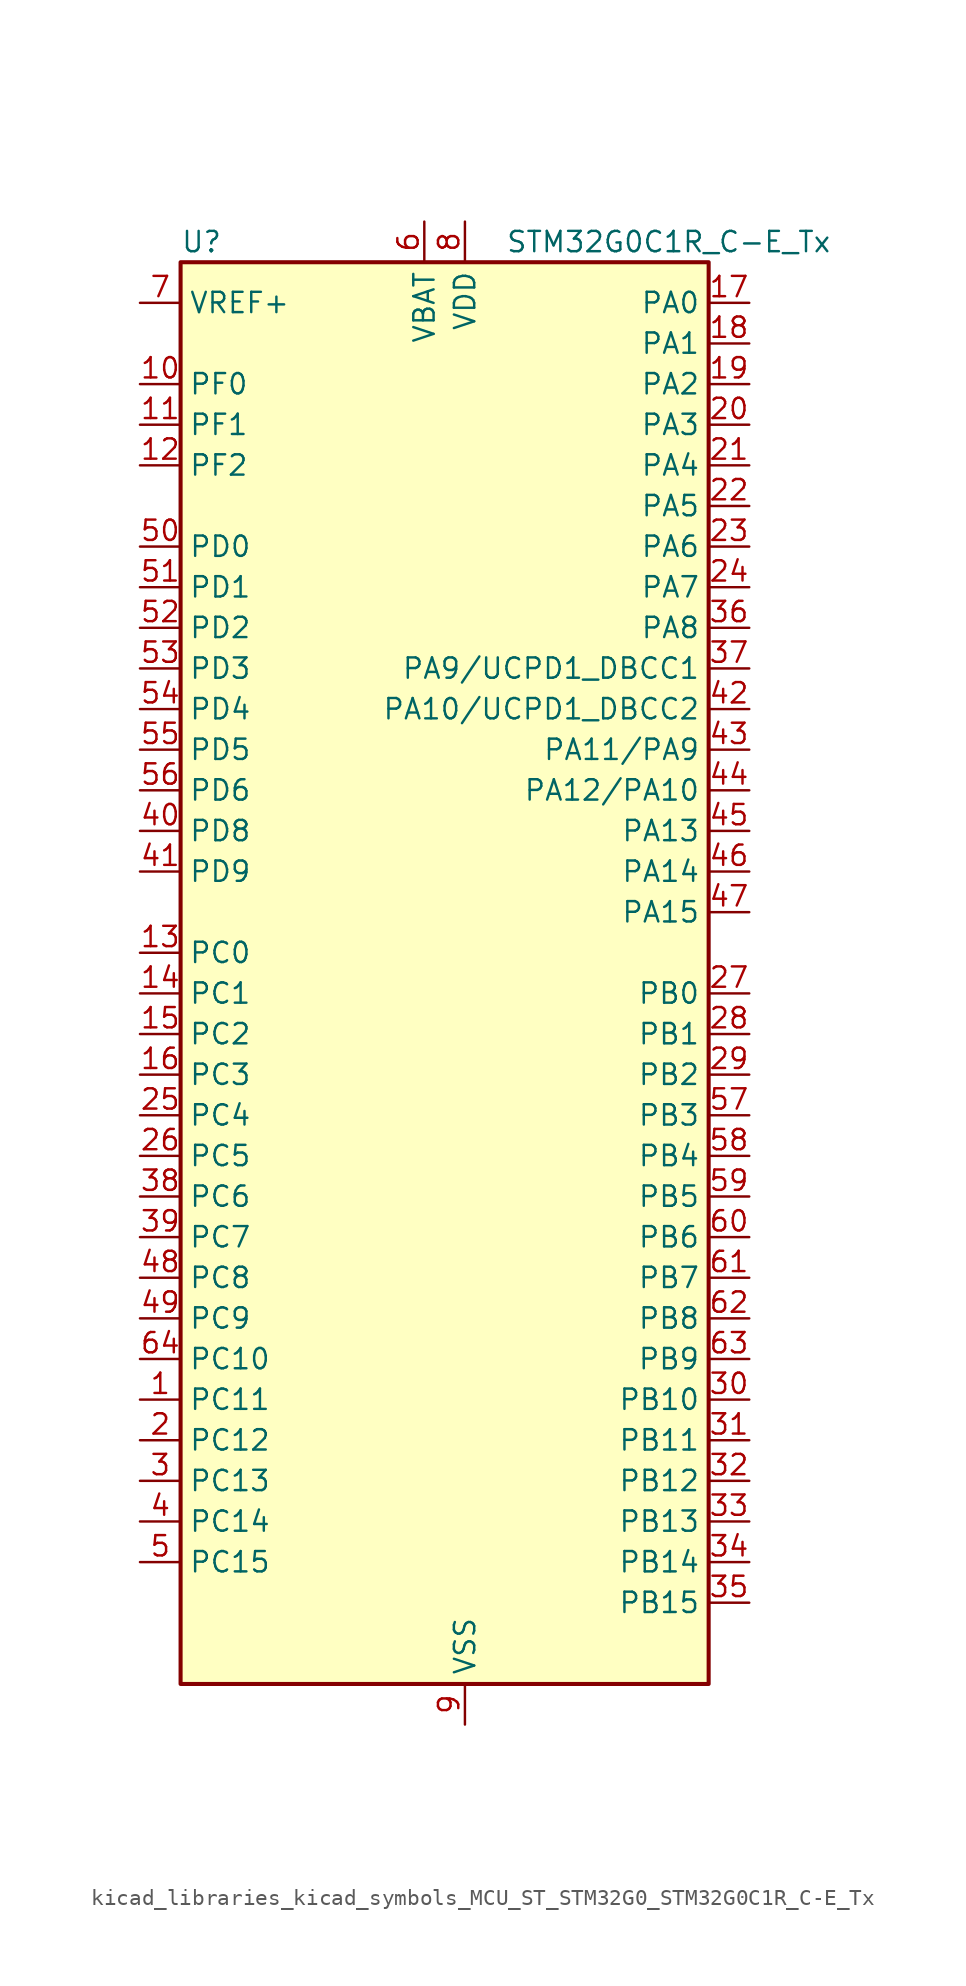
<source format=kicad_sym>
(kicad_symbol_lib
  (version 20220914)
  (generator kicad_symbol_editor)
  (symbol "kicad_libraries_kicad_symbols_MCU_ST_STM32G0_STM32G0C1R_C-E_Tx"
    (property "Reference" "U"
      (at -15.24 46.99 0)
      (effects (font (size 1.27 1.27)) (justify left)))
    (property "Value" "STM32G0C1R_C-E_Tx"
      (at 5.08 46.99 0)
      (effects (font (size 1.27 1.27)) (justify left)))
    (property "ki_locked" ""
      (at 0 0 0)
      (effects (font (size 1.27 1.27))))
    (symbol "kicad_libraries_kicad_symbols_MCU_ST_STM32G0_STM32G0C1R_C-E_Tx_0_1"
      (rectangle (start -15.24 -43.18) (end 17.78 45.72) (stroke (width 0.254) (type default)) (fill (type background))))
    (symbol "kicad_libraries_kicad_symbols_MCU_ST_STM32G0_STM32G0C1R_C-E_Tx_1_1"
      (pin bidirectional line (at -17.78 -25.4 0) (length 2.54) (name "PC11" (effects (font (size 1.27 1.27)))) (number "1" (effects (font (size 1.27 1.27)))) (alternate "ADC1_EXTI11" bidirectional line) (alternate "SPI3_MISO" bidirectional line) (alternate "TIM1_CH4" bidirectional line) (alternate "USART3_RX" bidirectional line) (alternate "USART4_RX" bidirectional line))
      (pin bidirectional line (at -17.78 38.1 0) (length 2.54) (name "PF0" (effects (font (size 1.27 1.27)))) (number "10" (effects (font (size 1.27 1.27)))) (alternate "CRS1_SYNC" bidirectional line) (alternate "RCC_OSC_IN" bidirectional line) (alternate "TIM14_CH1" bidirectional line))
      (pin bidirectional line (at -17.78 35.56 0) (length 2.54) (name "PF1" (effects (font (size 1.27 1.27)))) (number "11" (effects (font (size 1.27 1.27)))) (alternate "RCC_OSC_EN" bidirectional line) (alternate "RCC_OSC_OUT" bidirectional line) (alternate "TIM15_CH1N" bidirectional line))
      (pin bidirectional line (at -17.78 33.02 0) (length 2.54) (name "PF2" (effects (font (size 1.27 1.27)))) (number "12" (effects (font (size 1.27 1.27)))) (alternate "LPUART2_DE" bidirectional line) (alternate "LPUART2_RTS" bidirectional line) (alternate "LPUART2_TX" bidirectional line) (alternate "RCC_MCO" bidirectional line))
      (pin bidirectional line (at -17.78 2.54 0) (length 2.54) (name "PC0" (effects (font (size 1.27 1.27)))) (number "13" (effects (font (size 1.27 1.27)))) (alternate "COMP3_INM" bidirectional line) (alternate "COMP3_OUT" bidirectional line) (alternate "I2C3_SCL" bidirectional line) (alternate "LPTIM1_IN1" bidirectional line) (alternate "LPTIM2_IN1" bidirectional line) (alternate "LPUART1_RX" bidirectional line) (alternate "LPUART2_TX" bidirectional line) (alternate "USART6_TX" bidirectional line))
      (pin bidirectional line (at -17.78 0 0) (length 2.54) (name "PC1" (effects (font (size 1.27 1.27)))) (number "14" (effects (font (size 1.27 1.27)))) (alternate "COMP3_INP" bidirectional line) (alternate "I2C3_SDA" bidirectional line) (alternate "LPTIM1_OUT" bidirectional line) (alternate "LPUART1_TX" bidirectional line) (alternate "LPUART2_RX" bidirectional line) (alternate "TIM15_CH1" bidirectional line) (alternate "USART6_RX" bidirectional line))
      (pin bidirectional line (at -17.78 -2.54 0) (length 2.54) (name "PC2" (effects (font (size 1.27 1.27)))) (number "15" (effects (font (size 1.27 1.27)))) (alternate "COMP3_OUT" bidirectional line) (alternate "FDCAN2_RX" bidirectional line) (alternate "I2S2_MCK" bidirectional line) (alternate "LPTIM1_IN2" bidirectional line) (alternate "SPI2_MISO" bidirectional line) (alternate "TIM15_CH2" bidirectional line))
      (pin bidirectional line (at -17.78 -5.08 0) (length 2.54) (name "PC3" (effects (font (size 1.27 1.27)))) (number "16" (effects (font (size 1.27 1.27)))) (alternate "FDCAN2_TX" bidirectional line) (alternate "I2S2_SD" bidirectional line) (alternate "LPTIM1_ETR" bidirectional line) (alternate "LPTIM2_ETR" bidirectional line) (alternate "SPI2_MOSI" bidirectional line))
      (pin bidirectional line (at 20.32 43.18 180) (length 2.54) (name "PA0" (effects (font (size 1.27 1.27)))) (number "17" (effects (font (size 1.27 1.27)))) (alternate "ADC1_IN0" bidirectional line) (alternate "COMP1_INM" bidirectional line) (alternate "COMP1_OUT" bidirectional line) (alternate "I2S2_CK" bidirectional line) (alternate "LPTIM1_OUT" bidirectional line) (alternate "RTC_TAMP_IN2" bidirectional line) (alternate "SPI2_SCK" bidirectional line) (alternate "SYS_WKUP1" bidirectional line) (alternate "TIM2_CH1" bidirectional line) (alternate "TIM2_ETR" bidirectional line) (alternate "UCPD2_FRSTX1" bidirectional line) (alternate "UCPD2_FRSTX2" bidirectional line) (alternate "USART2_CTS" bidirectional line) (alternate "USART2_NSS" bidirectional line) (alternate "USART4_TX" bidirectional line))
      (pin bidirectional line (at 20.32 40.64 180) (length 2.54) (name "PA1" (effects (font (size 1.27 1.27)))) (number "18" (effects (font (size 1.27 1.27)))) (alternate "ADC1_IN1" bidirectional line) (alternate "COMP1_INP" bidirectional line) (alternate "I2C1_SMBA" bidirectional line) (alternate "I2S1_CK" bidirectional line) (alternate "SPI1_SCK" bidirectional line) (alternate "TIM15_CH1N" bidirectional line) (alternate "TIM2_CH2" bidirectional line) (alternate "USART2_CK" bidirectional line) (alternate "USART2_DE" bidirectional line) (alternate "USART2_RTS" bidirectional line) (alternate "USART4_RX" bidirectional line))
      (pin bidirectional line (at 20.32 38.1 180) (length 2.54) (name "PA2" (effects (font (size 1.27 1.27)))) (number "19" (effects (font (size 1.27 1.27)))) (alternate "ADC1_IN2" bidirectional line) (alternate "COMP2_INM" bidirectional line) (alternate "COMP2_OUT" bidirectional line) (alternate "I2S1_SD" bidirectional line) (alternate "LPUART1_TX" bidirectional line) (alternate "RCC_LSCO" bidirectional line) (alternate "SPI1_MOSI" bidirectional line) (alternate "SYS_WKUP4" bidirectional line) (alternate "TIM15_CH1" bidirectional line) (alternate "TIM2_CH3" bidirectional line) (alternate "UCPD1_FRSTX1" bidirectional line) (alternate "UCPD1_FRSTX2" bidirectional line) (alternate "USART2_TX" bidirectional line))
      (pin bidirectional line (at -17.78 -27.94 0) (length 2.54) (name "PC12" (effects (font (size 1.27 1.27)))) (number "2" (effects (font (size 1.27 1.27)))) (alternate "LPTIM1_IN1" bidirectional line) (alternate "SPI3_MOSI" bidirectional line) (alternate "TIM14_CH1" bidirectional line) (alternate "UCPD1_FRSTX1" bidirectional line) (alternate "UCPD1_FRSTX2" bidirectional line) (alternate "USART5_TX" bidirectional line))
      (pin bidirectional line (at 20.32 35.56 180) (length 2.54) (name "PA3" (effects (font (size 1.27 1.27)))) (number "20" (effects (font (size 1.27 1.27)))) (alternate "ADC1_IN3" bidirectional line) (alternate "COMP2_INP" bidirectional line) (alternate "I2S2_MCK" bidirectional line) (alternate "LPUART1_RX" bidirectional line) (alternate "SPI2_MISO" bidirectional line) (alternate "TIM15_CH2" bidirectional line) (alternate "TIM2_CH4" bidirectional line) (alternate "UCPD2_FRSTX1" bidirectional line) (alternate "UCPD2_FRSTX2" bidirectional line) (alternate "USART2_RX" bidirectional line))
      (pin bidirectional line (at 20.32 33.02 180) (length 2.54) (name "PA4" (effects (font (size 1.27 1.27)))) (number "21" (effects (font (size 1.27 1.27)))) (alternate "ADC1_IN4" bidirectional line) (alternate "DAC1_OUT1" bidirectional line) (alternate "I2S1_WS" bidirectional line) (alternate "I2S2_SD" bidirectional line) (alternate "LPTIM2_OUT" bidirectional line) (alternate "RTC_OUT2" bidirectional line) (alternate "SPI1_NSS" bidirectional line) (alternate "SPI2_MOSI" bidirectional line) (alternate "SPI3_NSS" bidirectional line) (alternate "TIM14_CH1" bidirectional line) (alternate "UCPD2_FRSTX1" bidirectional line) (alternate "UCPD2_FRSTX2" bidirectional line) (alternate "USART6_TX" bidirectional line) (alternate "USB_NOE" bidirectional line))
      (pin bidirectional line (at 20.32 30.48 180) (length 2.54) (name "PA5" (effects (font (size 1.27 1.27)))) (number "22" (effects (font (size 1.27 1.27)))) (alternate "ADC1_IN5" bidirectional line) (alternate "CEC" bidirectional line) (alternate "DAC1_OUT2" bidirectional line) (alternate "I2S1_CK" bidirectional line) (alternate "LPTIM2_ETR" bidirectional line) (alternate "SPI1_SCK" bidirectional line) (alternate "TIM2_CH1" bidirectional line) (alternate "TIM2_ETR" bidirectional line) (alternate "UCPD1_FRSTX1" bidirectional line) (alternate "UCPD1_FRSTX2" bidirectional line) (alternate "USART3_TX" bidirectional line) (alternate "USART6_RX" bidirectional line))
      (pin bidirectional line (at 20.32 27.94 180) (length 2.54) (name "PA6" (effects (font (size 1.27 1.27)))) (number "23" (effects (font (size 1.27 1.27)))) (alternate "ADC1_IN6" bidirectional line) (alternate "COMP1_OUT" bidirectional line) (alternate "I2C2_SDA" bidirectional line) (alternate "I2C3_SDA" bidirectional line) (alternate "I2S1_MCK" bidirectional line) (alternate "LPUART1_CTS" bidirectional line) (alternate "SPI1_MISO" bidirectional line) (alternate "TIM16_CH1" bidirectional line) (alternate "TIM1_BK" bidirectional line) (alternate "TIM3_CH1" bidirectional line) (alternate "USART3_CTS" bidirectional line) (alternate "USART3_NSS" bidirectional line) (alternate "USART6_CTS" bidirectional line) (alternate "USART6_NSS" bidirectional line))
      (pin bidirectional line (at 20.32 25.4 180) (length 2.54) (name "PA7" (effects (font (size 1.27 1.27)))) (number "24" (effects (font (size 1.27 1.27)))) (alternate "ADC1_IN7" bidirectional line) (alternate "COMP2_OUT" bidirectional line) (alternate "I2C2_SCL" bidirectional line) (alternate "I2C3_SCL" bidirectional line) (alternate "I2S1_SD" bidirectional line) (alternate "SPI1_MOSI" bidirectional line) (alternate "TIM14_CH1" bidirectional line) (alternate "TIM17_CH1" bidirectional line) (alternate "TIM1_CH1N" bidirectional line) (alternate "TIM3_CH2" bidirectional line) (alternate "UCPD1_FRSTX1" bidirectional line) (alternate "UCPD1_FRSTX2" bidirectional line) (alternate "USART6_CK" bidirectional line) (alternate "USART6_DE" bidirectional line) (alternate "USART6_RTS" bidirectional line))
      (pin bidirectional line (at -17.78 -7.62 0) (length 2.54) (name "PC4" (effects (font (size 1.27 1.27)))) (number "25" (effects (font (size 1.27 1.27)))) (alternate "ADC1_IN17" bidirectional line) (alternate "COMP1_INM" bidirectional line) (alternate "FDCAN1_RX" bidirectional line) (alternate "TIM2_CH1" bidirectional line) (alternate "TIM2_ETR" bidirectional line) (alternate "USART1_TX" bidirectional line) (alternate "USART3_TX" bidirectional line))
      (pin bidirectional line (at -17.78 -10.16 0) (length 2.54) (name "PC5" (effects (font (size 1.27 1.27)))) (number "26" (effects (font (size 1.27 1.27)))) (alternate "ADC1_IN18" bidirectional line) (alternate "COMP1_INP" bidirectional line) (alternate "FDCAN1_TX" bidirectional line) (alternate "SYS_WKUP5" bidirectional line) (alternate "TIM2_CH2" bidirectional line) (alternate "USART1_RX" bidirectional line) (alternate "USART3_RX" bidirectional line))
      (pin bidirectional line (at 20.32 0 180) (length 2.54) (name "PB0" (effects (font (size 1.27 1.27)))) (number "27" (effects (font (size 1.27 1.27)))) (alternate "ADC1_IN8" bidirectional line) (alternate "COMP1_OUT" bidirectional line) (alternate "COMP3_INP" bidirectional line) (alternate "FDCAN2_RX" bidirectional line) (alternate "I2S1_WS" bidirectional line) (alternate "LPTIM1_OUT" bidirectional line) (alternate "LPUART2_CTS" bidirectional line) (alternate "SPI1_NSS" bidirectional line) (alternate "TIM1_CH2N" bidirectional line) (alternate "TIM3_CH3" bidirectional line) (alternate "UCPD1_FRSTX1" bidirectional line) (alternate "UCPD1_FRSTX2" bidirectional line) (alternate "USART3_RX" bidirectional line) (alternate "USART5_TX" bidirectional line))
      (pin bidirectional line (at 20.32 -2.54 180) (length 2.54) (name "PB1" (effects (font (size 1.27 1.27)))) (number "28" (effects (font (size 1.27 1.27)))) (alternate "ADC1_IN9" bidirectional line) (alternate "COMP1_INM" bidirectional line) (alternate "COMP3_OUT" bidirectional line) (alternate "FDCAN2_TX" bidirectional line) (alternate "LPTIM2_IN1" bidirectional line) (alternate "LPUART1_DE" bidirectional line) (alternate "LPUART1_RTS" bidirectional line) (alternate "LPUART2_DE" bidirectional line) (alternate "LPUART2_RTS" bidirectional line) (alternate "TIM14_CH1" bidirectional line) (alternate "TIM1_CH3N" bidirectional line) (alternate "TIM3_CH4" bidirectional line) (alternate "USART3_CK" bidirectional line) (alternate "USART3_DE" bidirectional line) (alternate "USART3_RTS" bidirectional line) (alternate "USART5_RX" bidirectional line))
      (pin bidirectional line (at 20.32 -5.08 180) (length 2.54) (name "PB2" (effects (font (size 1.27 1.27)))) (number "29" (effects (font (size 1.27 1.27)))) (alternate "ADC1_IN10" bidirectional line) (alternate "COMP1_INP" bidirectional line) (alternate "COMP3_INM" bidirectional line) (alternate "I2S2_MCK" bidirectional line) (alternate "LPTIM1_OUT" bidirectional line) (alternate "RCC_MCO_2" bidirectional line) (alternate "SPI2_MISO" bidirectional line) (alternate "USART3_TX" bidirectional line))
      (pin bidirectional line (at -17.78 -30.48 0) (length 2.54) (name "PC13" (effects (font (size 1.27 1.27)))) (number "3" (effects (font (size 1.27 1.27)))) (alternate "RTC_OUT1" bidirectional line) (alternate "RTC_TAMP_IN1" bidirectional line) (alternate "RTC_TS" bidirectional line) (alternate "SYS_WKUP2" bidirectional line) (alternate "TIM1_BK" bidirectional line))
      (pin bidirectional line (at 20.32 -25.4 180) (length 2.54) (name "PB10" (effects (font (size 1.27 1.27)))) (number "30" (effects (font (size 1.27 1.27)))) (alternate "ADC1_IN11" bidirectional line) (alternate "CEC" bidirectional line) (alternate "COMP1_OUT" bidirectional line) (alternate "I2C2_SCL" bidirectional line) (alternate "I2S2_CK" bidirectional line) (alternate "LPUART1_RX" bidirectional line) (alternate "SPI2_SCK" bidirectional line) (alternate "TIM2_CH3" bidirectional line) (alternate "USART3_TX" bidirectional line))
      (pin bidirectional line (at 20.32 -27.94 180) (length 2.54) (name "PB11" (effects (font (size 1.27 1.27)))) (number "31" (effects (font (size 1.27 1.27)))) (alternate "ADC1_EXTI11" bidirectional line) (alternate "ADC1_IN15" bidirectional line) (alternate "COMP2_OUT" bidirectional line) (alternate "I2C2_SDA" bidirectional line) (alternate "I2S2_SD" bidirectional line) (alternate "LPUART1_TX" bidirectional line) (alternate "SPI2_MOSI" bidirectional line) (alternate "TIM2_CH4" bidirectional line) (alternate "USART3_RX" bidirectional line))
      (pin bidirectional line (at 20.32 -30.48 180) (length 2.54) (name "PB12" (effects (font (size 1.27 1.27)))) (number "32" (effects (font (size 1.27 1.27)))) (alternate "ADC1_IN16" bidirectional line) (alternate "FDCAN2_RX" bidirectional line) (alternate "I2C2_SMBA" bidirectional line) (alternate "I2S2_WS" bidirectional line) (alternate "LPUART1_DE" bidirectional line) (alternate "LPUART1_RTS" bidirectional line) (alternate "SPI2_NSS" bidirectional line) (alternate "TIM15_BK" bidirectional line) (alternate "TIM1_BK" bidirectional line) (alternate "UCPD2_FRSTX1" bidirectional line) (alternate "UCPD2_FRSTX2" bidirectional line))
      (pin bidirectional line (at 20.32 -33.02 180) (length 2.54) (name "PB13" (effects (font (size 1.27 1.27)))) (number "33" (effects (font (size 1.27 1.27)))) (alternate "FDCAN2_TX" bidirectional line) (alternate "I2C2_SCL" bidirectional line) (alternate "I2S2_CK" bidirectional line) (alternate "LPUART1_CTS" bidirectional line) (alternate "SPI2_SCK" bidirectional line) (alternate "TIM15_CH1N" bidirectional line) (alternate "TIM1_CH1N" bidirectional line) (alternate "USART3_CTS" bidirectional line) (alternate "USART3_NSS" bidirectional line))
      (pin bidirectional line (at 20.32 -35.56 180) (length 2.54) (name "PB14" (effects (font (size 1.27 1.27)))) (number "34" (effects (font (size 1.27 1.27)))) (alternate "I2C2_SDA" bidirectional line) (alternate "I2S2_MCK" bidirectional line) (alternate "SPI2_MISO" bidirectional line) (alternate "TIM15_CH1" bidirectional line) (alternate "TIM1_CH2N" bidirectional line) (alternate "UCPD1_FRSTX1" bidirectional line) (alternate "UCPD1_FRSTX2" bidirectional line) (alternate "USART3_CK" bidirectional line) (alternate "USART3_DE" bidirectional line) (alternate "USART3_RTS" bidirectional line) (alternate "USART6_CK" bidirectional line) (alternate "USART6_DE" bidirectional line) (alternate "USART6_RTS" bidirectional line))
      (pin bidirectional line (at 20.32 -38.1 180) (length 2.54) (name "PB15" (effects (font (size 1.27 1.27)))) (number "35" (effects (font (size 1.27 1.27)))) (alternate "I2S2_SD" bidirectional line) (alternate "RTC_REFIN" bidirectional line) (alternate "SPI2_MOSI" bidirectional line) (alternate "TIM15_CH1N" bidirectional line) (alternate "TIM15_CH2" bidirectional line) (alternate "TIM1_CH3N" bidirectional line) (alternate "UCPD1_CC2" bidirectional line) (alternate "USART6_CTS" bidirectional line) (alternate "USART6_NSS" bidirectional line))
      (pin bidirectional line (at 20.32 22.86 180) (length 2.54) (name "PA8" (effects (font (size 1.27 1.27)))) (number "36" (effects (font (size 1.27 1.27)))) (alternate "CRS1_SYNC" bidirectional line) (alternate "I2C2_SMBA" bidirectional line) (alternate "I2S2_WS" bidirectional line) (alternate "LPTIM2_OUT" bidirectional line) (alternate "RCC_MCO" bidirectional line) (alternate "SPI2_NSS" bidirectional line) (alternate "TIM1_CH1" bidirectional line) (alternate "UCPD1_CC1" bidirectional line))
      (pin bidirectional line (at 20.32 20.32 180) (length 2.54) (name "PA9/UCPD1_DBCC1" (effects (font (size 1.27 1.27)))) (number "37" (effects (font (size 1.27 1.27)))) (alternate "DAC1_EXTI9" bidirectional line) (alternate "I2C1_SCL" bidirectional line) (alternate "I2C2_SCL" bidirectional line) (alternate "I2S2_MCK" bidirectional line) (alternate "RCC_MCO" bidirectional line) (alternate "SPI2_MISO" bidirectional line) (alternate "TIM15_BK" bidirectional line) (alternate "TIM1_CH2" bidirectional line) (alternate "UCPD1_DBCC1" bidirectional line) (alternate "USART1_TX" bidirectional line))
      (pin bidirectional line (at -17.78 -12.7 0) (length 2.54) (name "PC6" (effects (font (size 1.27 1.27)))) (number "38" (effects (font (size 1.27 1.27)))) (alternate "LPUART2_TX" bidirectional line) (alternate "TIM2_CH3" bidirectional line) (alternate "TIM3_CH1" bidirectional line) (alternate "UCPD1_FRSTX1" bidirectional line) (alternate "UCPD1_FRSTX2" bidirectional line))
      (pin bidirectional line (at -17.78 -15.24 0) (length 2.54) (name "PC7" (effects (font (size 1.27 1.27)))) (number "39" (effects (font (size 1.27 1.27)))) (alternate "LPUART2_RX" bidirectional line) (alternate "TIM2_CH4" bidirectional line) (alternate "TIM3_CH2" bidirectional line) (alternate "UCPD2_FRSTX1" bidirectional line) (alternate "UCPD2_FRSTX2" bidirectional line))
      (pin bidirectional line (at -17.78 -33.02 0) (length 2.54) (name "PC14" (effects (font (size 1.27 1.27)))) (number "4" (effects (font (size 1.27 1.27)))) (alternate "RCC_OSC32_IN" bidirectional line) (alternate "TIM1_BK2" bidirectional line))
      (pin bidirectional line (at -17.78 10.16 0) (length 2.54) (name "PD8" (effects (font (size 1.27 1.27)))) (number "40" (effects (font (size 1.27 1.27)))) (alternate "I2S1_CK" bidirectional line) (alternate "LPTIM1_OUT" bidirectional line) (alternate "SPI1_SCK" bidirectional line) (alternate "USART3_TX" bidirectional line))
      (pin bidirectional line (at -17.78 7.62 0) (length 2.54) (name "PD9" (effects (font (size 1.27 1.27)))) (number "41" (effects (font (size 1.27 1.27)))) (alternate "DAC1_EXTI9" bidirectional line) (alternate "I2S1_WS" bidirectional line) (alternate "SPI1_NSS" bidirectional line) (alternate "TIM1_BK2" bidirectional line) (alternate "USART3_RX" bidirectional line))
      (pin bidirectional line (at 20.32 17.78 180) (length 2.54) (name "PA10/UCPD1_DBCC2" (effects (font (size 1.27 1.27)))) (number "42" (effects (font (size 1.27 1.27)))) (alternate "I2C1_SDA" bidirectional line) (alternate "I2C2_SDA" bidirectional line) (alternate "I2S2_SD" bidirectional line) (alternate "RCC_MCO_2" bidirectional line) (alternate "SPI2_MOSI" bidirectional line) (alternate "TIM17_BK" bidirectional line) (alternate "TIM1_CH3" bidirectional line) (alternate "UCPD1_DBCC2" bidirectional line) (alternate "USART1_RX" bidirectional line))
      (pin bidirectional line (at 20.32 15.24 180) (length 2.54) (name "PA11/PA9" (effects (font (size 1.27 1.27)))) (number "43" (effects (font (size 1.27 1.27)))) (alternate "ADC1_EXTI11" bidirectional line) (alternate "COMP1_OUT" bidirectional line) (alternate "FDCAN1_RX" bidirectional line) (alternate "I2C2_SCL" bidirectional line) (alternate "I2S1_MCK" bidirectional line) (alternate "SPI1_MISO" bidirectional line) (alternate "TIM1_BK2" bidirectional line) (alternate "TIM1_CH4" bidirectional line) (alternate "USART1_CTS" bidirectional line) (alternate "USART1_NSS" bidirectional line) (alternate "USB_DM" bidirectional line))
      (pin bidirectional line (at 20.32 12.7 180) (length 2.54) (name "PA12/PA10" (effects (font (size 1.27 1.27)))) (number "44" (effects (font (size 1.27 1.27)))) (alternate "COMP2_OUT" bidirectional line) (alternate "FDCAN1_TX" bidirectional line) (alternate "I2C2_SDA" bidirectional line) (alternate "I2S1_SD" bidirectional line) (alternate "I2S_CKIN" bidirectional line) (alternate "SPI1_MOSI" bidirectional line) (alternate "TIM1_ETR" bidirectional line) (alternate "USART1_CK" bidirectional line) (alternate "USART1_DE" bidirectional line) (alternate "USART1_RTS" bidirectional line) (alternate "USB_DP" bidirectional line))
      (pin bidirectional line (at 20.32 10.16 180) (length 2.54) (name "PA13" (effects (font (size 1.27 1.27)))) (number "45" (effects (font (size 1.27 1.27)))) (alternate "IR_OUT" bidirectional line) (alternate "LPUART2_RX" bidirectional line) (alternate "SYS_SWDIO" bidirectional line) (alternate "USB_NOE" bidirectional line))
      (pin bidirectional line (at 20.32 7.62 180) (length 2.54) (name "PA14" (effects (font (size 1.27 1.27)))) (number "46" (effects (font (size 1.27 1.27)))) (alternate "LPUART2_TX" bidirectional line) (alternate "SYS_SWCLK" bidirectional line) (alternate "USART2_TX" bidirectional line))
      (pin bidirectional line (at 20.32 5.08 180) (length 2.54) (name "PA15" (effects (font (size 1.27 1.27)))) (number "47" (effects (font (size 1.27 1.27)))) (alternate "I2C2_SMBA" bidirectional line) (alternate "I2S1_WS" bidirectional line) (alternate "RCC_MCO_2" bidirectional line) (alternate "SPI1_NSS" bidirectional line) (alternate "SPI3_NSS" bidirectional line) (alternate "TIM2_CH1" bidirectional line) (alternate "TIM2_ETR" bidirectional line) (alternate "USART2_RX" bidirectional line) (alternate "USART3_CK" bidirectional line) (alternate "USART3_DE" bidirectional line) (alternate "USART3_RTS" bidirectional line) (alternate "USART4_CK" bidirectional line) (alternate "USART4_DE" bidirectional line) (alternate "USART4_RTS" bidirectional line) (alternate "USB_NOE" bidirectional line))
      (pin bidirectional line (at -17.78 -17.78 0) (length 2.54) (name "PC8" (effects (font (size 1.27 1.27)))) (number "48" (effects (font (size 1.27 1.27)))) (alternate "LPUART2_CTS" bidirectional line) (alternate "TIM1_CH1" bidirectional line) (alternate "TIM3_CH3" bidirectional line) (alternate "UCPD2_FRSTX1" bidirectional line) (alternate "UCPD2_FRSTX2" bidirectional line))
      (pin bidirectional line (at -17.78 -20.32 0) (length 2.54) (name "PC9" (effects (font (size 1.27 1.27)))) (number "49" (effects (font (size 1.27 1.27)))) (alternate "DAC1_EXTI9" bidirectional line) (alternate "I2S_CKIN" bidirectional line) (alternate "LPUART2_DE" bidirectional line) (alternate "LPUART2_RTS" bidirectional line) (alternate "TIM1_CH2" bidirectional line) (alternate "TIM3_CH4" bidirectional line) (alternate "USB_NOE" bidirectional line))
      (pin bidirectional line (at -17.78 -35.56 0) (length 2.54) (name "PC15" (effects (font (size 1.27 1.27)))) (number "5" (effects (font (size 1.27 1.27)))) (alternate "RCC_OSC32_EN" bidirectional line) (alternate "RCC_OSC32_OUT" bidirectional line) (alternate "RCC_OSC_EN" bidirectional line) (alternate "TIM15_BK" bidirectional line))
      (pin bidirectional line (at -17.78 27.94 0) (length 2.54) (name "PD0" (effects (font (size 1.27 1.27)))) (number "50" (effects (font (size 1.27 1.27)))) (alternate "FDCAN1_RX" bidirectional line) (alternate "I2S2_WS" bidirectional line) (alternate "SPI2_NSS" bidirectional line) (alternate "TIM16_CH1" bidirectional line) (alternate "UCPD2_CC1" bidirectional line))
      (pin bidirectional line (at -17.78 25.4 0) (length 2.54) (name "PD1" (effects (font (size 1.27 1.27)))) (number "51" (effects (font (size 1.27 1.27)))) (alternate "FDCAN1_TX" bidirectional line) (alternate "I2S2_CK" bidirectional line) (alternate "SPI2_SCK" bidirectional line) (alternate "TIM17_CH1" bidirectional line) (alternate "UCPD2_DBCC1" bidirectional line))
      (pin bidirectional line (at -17.78 22.86 0) (length 2.54) (name "PD2" (effects (font (size 1.27 1.27)))) (number "52" (effects (font (size 1.27 1.27)))) (alternate "TIM1_CH1N" bidirectional line) (alternate "TIM3_ETR" bidirectional line) (alternate "UCPD2_CC2" bidirectional line) (alternate "USART3_CK" bidirectional line) (alternate "USART3_DE" bidirectional line) (alternate "USART3_RTS" bidirectional line) (alternate "USART5_RX" bidirectional line))
      (pin bidirectional line (at -17.78 20.32 0) (length 2.54) (name "PD3" (effects (font (size 1.27 1.27)))) (number "53" (effects (font (size 1.27 1.27)))) (alternate "I2S2_MCK" bidirectional line) (alternate "SPI2_MISO" bidirectional line) (alternate "TIM1_CH2N" bidirectional line) (alternate "UCPD2_DBCC2" bidirectional line) (alternate "USART2_CTS" bidirectional line) (alternate "USART2_NSS" bidirectional line) (alternate "USART5_TX" bidirectional line))
      (pin bidirectional line (at -17.78 17.78 0) (length 2.54) (name "PD4" (effects (font (size 1.27 1.27)))) (number "54" (effects (font (size 1.27 1.27)))) (alternate "I2S2_SD" bidirectional line) (alternate "SPI2_MOSI" bidirectional line) (alternate "TIM1_CH3N" bidirectional line) (alternate "USART2_CK" bidirectional line) (alternate "USART2_DE" bidirectional line) (alternate "USART2_RTS" bidirectional line) (alternate "USART5_CK" bidirectional line) (alternate "USART5_DE" bidirectional line) (alternate "USART5_RTS" bidirectional line))
      (pin bidirectional line (at -17.78 15.24 0) (length 2.54) (name "PD5" (effects (font (size 1.27 1.27)))) (number "55" (effects (font (size 1.27 1.27)))) (alternate "I2S1_MCK" bidirectional line) (alternate "SPI1_MISO" bidirectional line) (alternate "TIM1_BK" bidirectional line) (alternate "USART2_TX" bidirectional line) (alternate "USART5_CTS" bidirectional line) (alternate "USART5_NSS" bidirectional line))
      (pin bidirectional line (at -17.78 12.7 0) (length 2.54) (name "PD6" (effects (font (size 1.27 1.27)))) (number "56" (effects (font (size 1.27 1.27)))) (alternate "I2S1_SD" bidirectional line) (alternate "LPTIM2_OUT" bidirectional line) (alternate "SPI1_MOSI" bidirectional line) (alternate "USART2_RX" bidirectional line))
      (pin bidirectional line (at 20.32 -7.62 180) (length 2.54) (name "PB3" (effects (font (size 1.27 1.27)))) (number "57" (effects (font (size 1.27 1.27)))) (alternate "COMP2_INM" bidirectional line) (alternate "I2C2_SCL" bidirectional line) (alternate "I2C3_SCL" bidirectional line) (alternate "I2S1_CK" bidirectional line) (alternate "SPI1_SCK" bidirectional line) (alternate "SPI3_SCK" bidirectional line) (alternate "TIM1_CH2" bidirectional line) (alternate "TIM2_CH2" bidirectional line) (alternate "USART1_CK" bidirectional line) (alternate "USART1_DE" bidirectional line) (alternate "USART1_RTS" bidirectional line) (alternate "USART5_TX" bidirectional line))
      (pin bidirectional line (at 20.32 -10.16 180) (length 2.54) (name "PB4" (effects (font (size 1.27 1.27)))) (number "58" (effects (font (size 1.27 1.27)))) (alternate "COMP2_INP" bidirectional line) (alternate "I2C2_SDA" bidirectional line) (alternate "I2C3_SDA" bidirectional line) (alternate "I2S1_MCK" bidirectional line) (alternate "SPI1_MISO" bidirectional line) (alternate "SPI3_MISO" bidirectional line) (alternate "TIM17_BK" bidirectional line) (alternate "TIM3_CH1" bidirectional line) (alternate "USART1_CTS" bidirectional line) (alternate "USART1_NSS" bidirectional line) (alternate "USART5_RX" bidirectional line))
      (pin bidirectional line (at 20.32 -12.7 180) (length 2.54) (name "PB5" (effects (font (size 1.27 1.27)))) (number "59" (effects (font (size 1.27 1.27)))) (alternate "COMP2_OUT" bidirectional line) (alternate "FDCAN2_RX" bidirectional line) (alternate "I2C1_SMBA" bidirectional line) (alternate "I2S1_SD" bidirectional line) (alternate "LPTIM1_IN1" bidirectional line) (alternate "SPI1_MOSI" bidirectional line) (alternate "SPI3_MOSI" bidirectional line) (alternate "SYS_WKUP6" bidirectional line) (alternate "TIM16_BK" bidirectional line) (alternate "TIM3_CH2" bidirectional line) (alternate "USART5_CK" bidirectional line) (alternate "USART5_DE" bidirectional line) (alternate "USART5_RTS" bidirectional line))
      (pin power_in line (at 0 48.26 270) (length 2.54) (name "VBAT" (effects (font (size 1.27 1.27)))) (number "6" (effects (font (size 1.27 1.27)))))
      (pin bidirectional line (at 20.32 -15.24 180) (length 2.54) (name "PB6" (effects (font (size 1.27 1.27)))) (number "60" (effects (font (size 1.27 1.27)))) (alternate "COMP2_INP" bidirectional line) (alternate "FDCAN2_TX" bidirectional line) (alternate "I2C1_SCL" bidirectional line) (alternate "I2S2_MCK" bidirectional line) (alternate "LPTIM1_ETR" bidirectional line) (alternate "LPUART2_TX" bidirectional line) (alternate "SPI2_MISO" bidirectional line) (alternate "TIM16_CH1N" bidirectional line) (alternate "TIM1_CH3" bidirectional line) (alternate "TIM4_CH1" bidirectional line) (alternate "USART1_TX" bidirectional line) (alternate "USART5_CTS" bidirectional line) (alternate "USART5_NSS" bidirectional line))
      (pin bidirectional line (at 20.32 -17.78 180) (length 2.54) (name "PB7" (effects (font (size 1.27 1.27)))) (number "61" (effects (font (size 1.27 1.27)))) (alternate "COMP2_INM" bidirectional line) (alternate "I2C1_SDA" bidirectional line) (alternate "I2S2_SD" bidirectional line) (alternate "LPTIM1_IN2" bidirectional line) (alternate "LPUART2_RX" bidirectional line) (alternate "SPI2_MOSI" bidirectional line) (alternate "SYS_PVD_IN" bidirectional line) (alternate "TIM17_CH1N" bidirectional line) (alternate "TIM4_CH2" bidirectional line) (alternate "USART1_RX" bidirectional line) (alternate "USART4_CTS" bidirectional line) (alternate "USART4_NSS" bidirectional line))
      (pin bidirectional line (at 20.32 -20.32 180) (length 2.54) (name "PB8" (effects (font (size 1.27 1.27)))) (number "62" (effects (font (size 1.27 1.27)))) (alternate "CEC" bidirectional line) (alternate "FDCAN1_RX" bidirectional line) (alternate "I2C1_SCL" bidirectional line) (alternate "I2S2_CK" bidirectional line) (alternate "SPI2_SCK" bidirectional line) (alternate "TIM15_BK" bidirectional line) (alternate "TIM16_CH1" bidirectional line) (alternate "TIM4_CH3" bidirectional line) (alternate "USART3_TX" bidirectional line) (alternate "USART6_TX" bidirectional line))
      (pin bidirectional line (at 20.32 -22.86 180) (length 2.54) (name "PB9" (effects (font (size 1.27 1.27)))) (number "63" (effects (font (size 1.27 1.27)))) (alternate "DAC1_EXTI9" bidirectional line) (alternate "FDCAN1_TX" bidirectional line) (alternate "I2C1_SDA" bidirectional line) (alternate "I2S2_WS" bidirectional line) (alternate "IR_OUT" bidirectional line) (alternate "SPI2_NSS" bidirectional line) (alternate "TIM17_CH1" bidirectional line) (alternate "TIM4_CH4" bidirectional line) (alternate "UCPD2_FRSTX1" bidirectional line) (alternate "UCPD2_FRSTX2" bidirectional line) (alternate "USART3_RX" bidirectional line) (alternate "USART6_RX" bidirectional line))
      (pin bidirectional line (at -17.78 -22.86 0) (length 2.54) (name "PC10" (effects (font (size 1.27 1.27)))) (number "64" (effects (font (size 1.27 1.27)))) (alternate "SPI3_SCK" bidirectional line) (alternate "TIM1_CH3" bidirectional line) (alternate "USART3_TX" bidirectional line) (alternate "USART4_TX" bidirectional line))
      (pin input line (at -17.78 43.18 0) (length 2.54) (name "VREF+" (effects (font (size 1.27 1.27)))) (number "7" (effects (font (size 1.27 1.27)))) (alternate "VREFBUF_OUT" bidirectional line))
      (pin power_in line (at 2.54 48.26 270) (length 2.54) (name "VDD" (effects (font (size 1.27 1.27)))) (number "8" (effects (font (size 1.27 1.27)))))
      (pin power_in line (at 2.54 -45.72 90) (length 2.54) (name "VSS" (effects (font (size 1.27 1.27)))) (number "9" (effects (font (size 1.27 1.27))))))))
</source>
